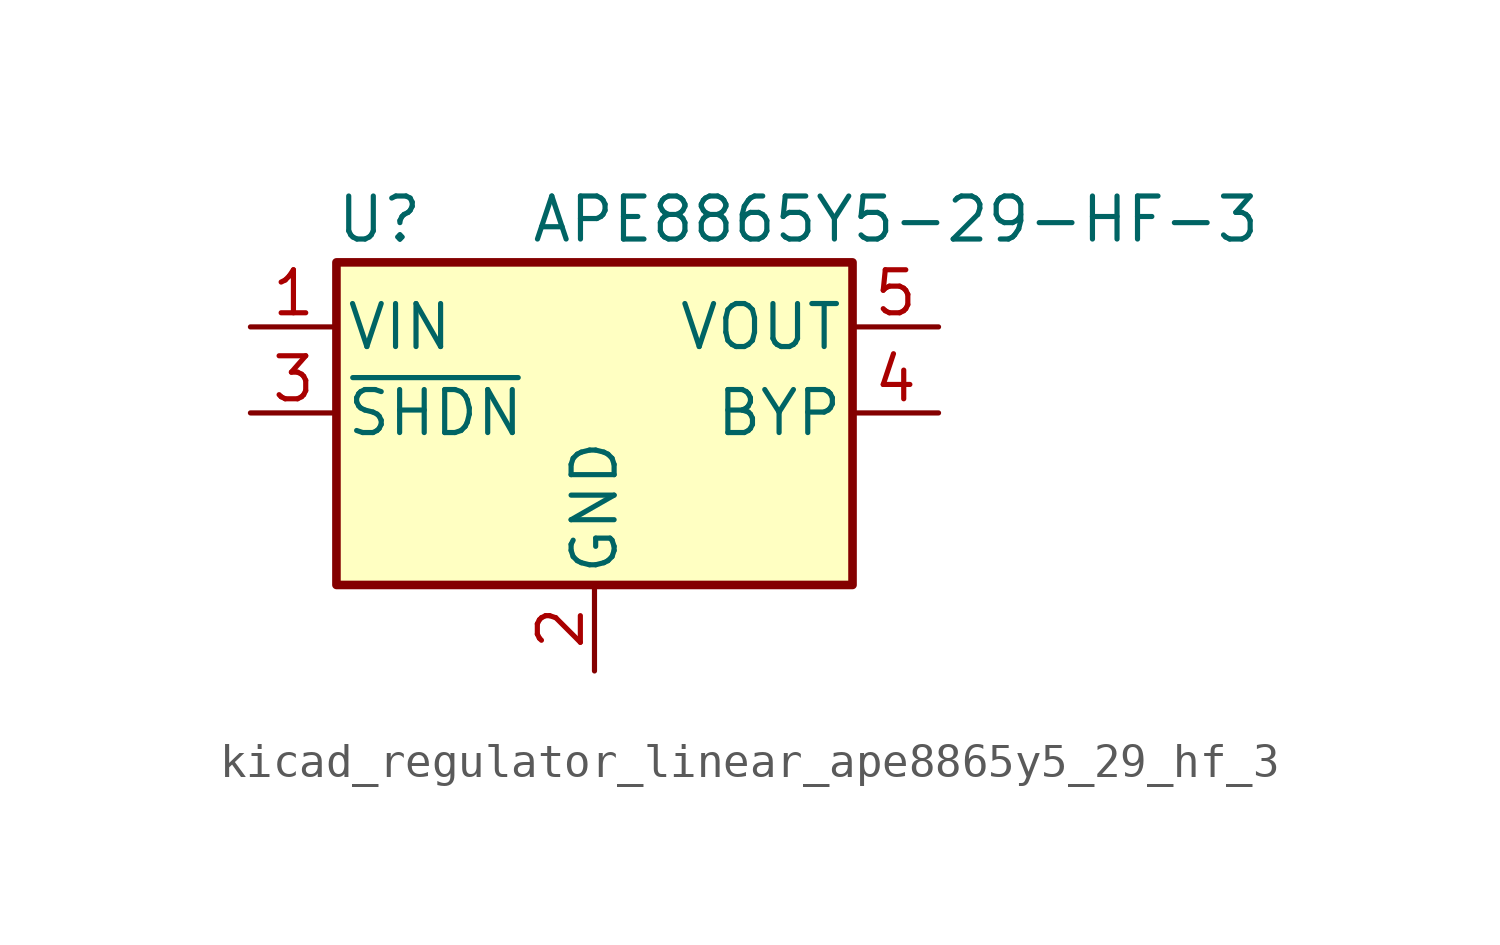
<source format=kicad_sym>
(kicad_symbol_lib
  (version 20220914)
  (generator kicad_symbol_editor)
  (symbol "kicad_regulator_linear_ape8865y5_29_hf_3"
    (pin_names
      (offset 0.254))
    (property "Reference" "U"
      (at -6.35 5.715 0)
      (effects (font (size 1.27 1.27))))
    (property "Value" "APE8865Y5-29-HF-3"
      (at -1.905 5.715 0)
      (effects (font (size 1.27 1.27)) (justify left)))
    (symbol "kicad_regulator_linear_ape8865y5_29_hf_3_0_1"
      (rectangle (start -7.62 4.445) (end 7.62 -5.08) (stroke (width 0.254) (type default)) (fill (type background))))
    (symbol "kicad_regulator_linear_ape8865y5_29_hf_3_1_1"
      (pin power_in line (at -10.16 2.54 0) (length 2.54) (name "VIN" (effects (font (size 1.27 1.27)))) (number "1" (effects (font (size 1.27 1.27)))))
      (pin power_in line (at 0 -7.62 90) (length 2.54) (name "GND" (effects (font (size 1.27 1.27)))) (number "2" (effects (font (size 1.27 1.27)))))
      (pin input line (at -10.16 0 0) (length 2.54) (name "~{SHDN}" (effects (font (size 1.27 1.27)))) (number "3" (effects (font (size 1.27 1.27)))))
      (pin input line (at 10.16 0 180) (length 2.54) (name "BYP" (effects (font (size 1.27 1.27)))) (number "4" (effects (font (size 1.27 1.27)))))
      (pin power_out line (at 10.16 2.54 180) (length 2.54) (name "VOUT" (effects (font (size 1.27 1.27)))) (number "5" (effects (font (size 1.27 1.27))))))))
</source>
